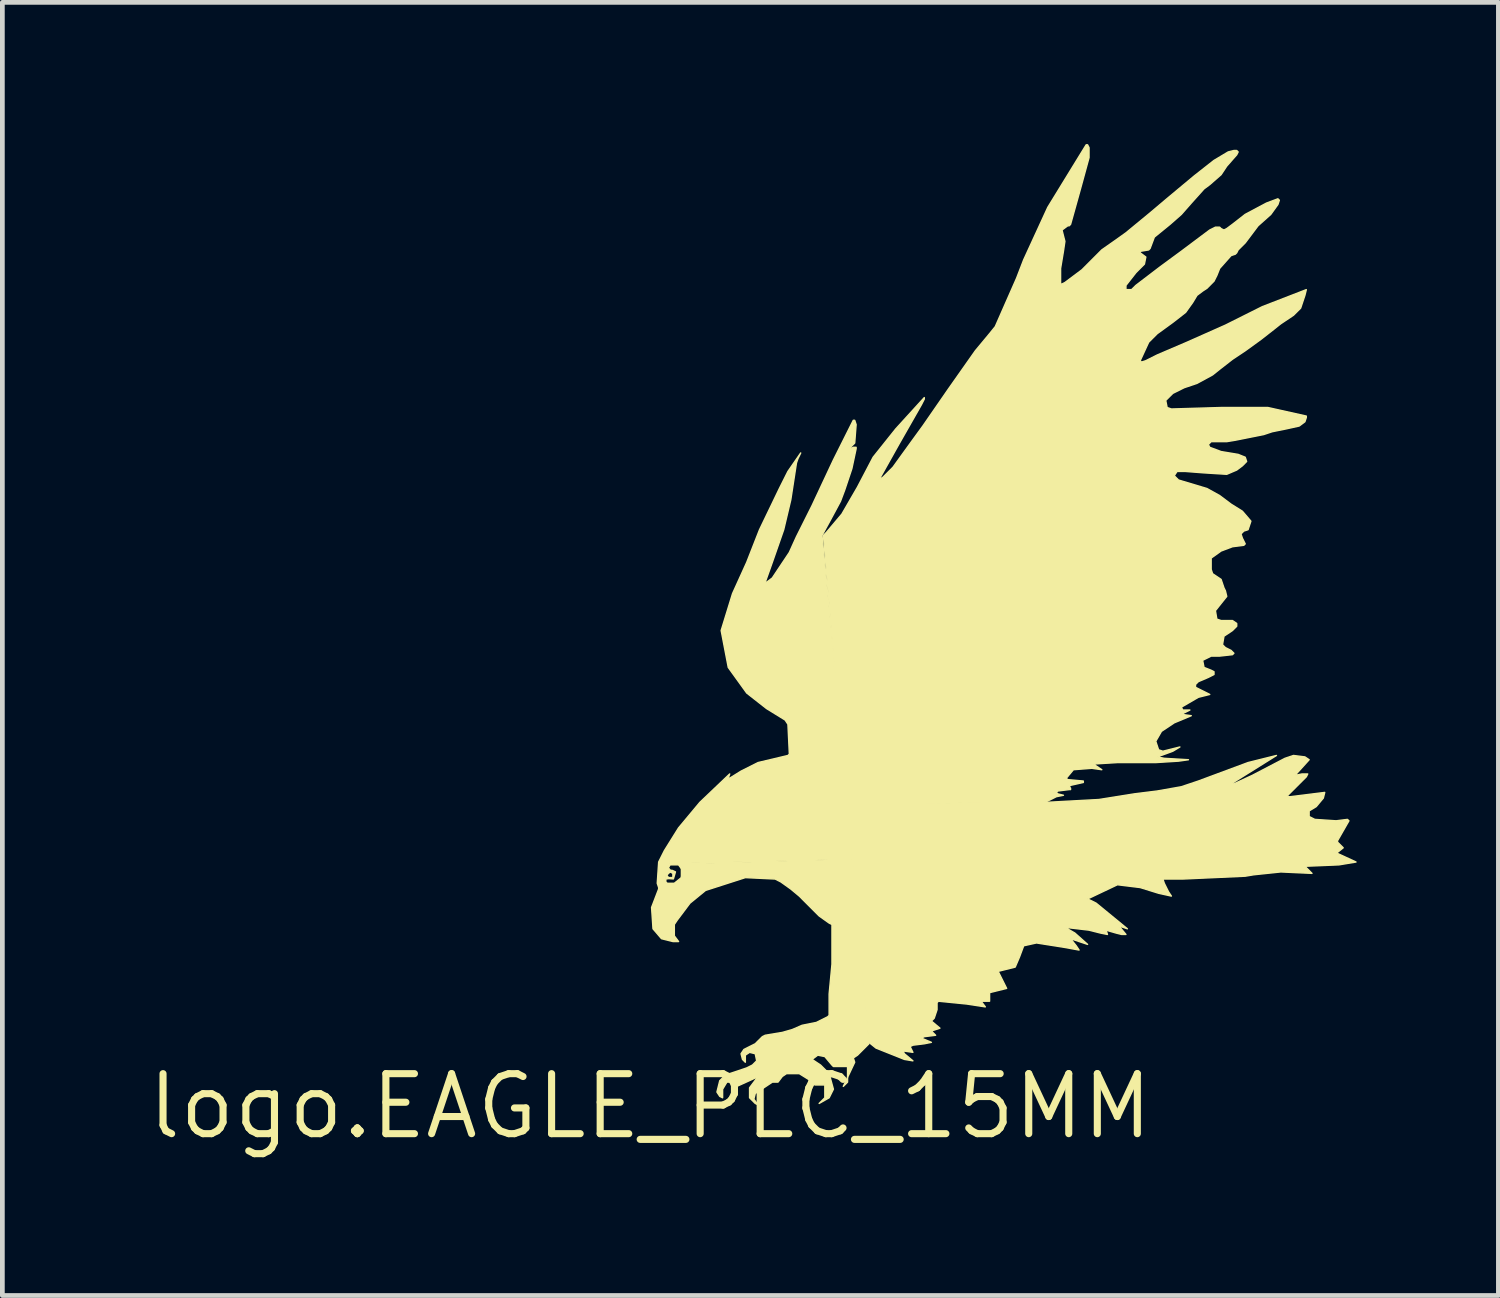
<source format=kicad_pcb>
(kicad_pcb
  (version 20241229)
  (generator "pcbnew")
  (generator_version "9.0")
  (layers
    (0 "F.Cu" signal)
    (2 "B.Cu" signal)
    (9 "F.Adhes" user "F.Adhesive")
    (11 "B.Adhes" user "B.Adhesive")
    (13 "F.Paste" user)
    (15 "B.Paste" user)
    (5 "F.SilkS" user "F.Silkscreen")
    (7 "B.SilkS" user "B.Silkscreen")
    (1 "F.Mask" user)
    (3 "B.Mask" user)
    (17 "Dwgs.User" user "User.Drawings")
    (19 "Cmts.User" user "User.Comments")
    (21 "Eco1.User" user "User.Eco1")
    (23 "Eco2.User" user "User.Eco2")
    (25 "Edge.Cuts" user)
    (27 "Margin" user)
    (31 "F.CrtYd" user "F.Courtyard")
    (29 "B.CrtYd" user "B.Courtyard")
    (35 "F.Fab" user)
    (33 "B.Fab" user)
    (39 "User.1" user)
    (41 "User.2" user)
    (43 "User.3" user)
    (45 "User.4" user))
  (footprint "logo.EAGLE_PLC_15MM"
    (layer "F.Cu")
    (at 10.712 20.366)
    (property "Reference" "logo.EAGLE_PLC_15MM" (at 0 0 0) (layer "F.SilkS") (effects (font (size 1.27 1.27) (thickness 0.15))))
    (fp_poly (pts (xy 0.301 -4.96) (xy 0.331 -5.02) (xy 0.391 -5.11) (xy 0.541 -5.17) (xy 0.691 -5.08) (xy 0.722 -4.84) (xy 0.571 -4.689) (xy 0.331 -4.689) (xy 0.271 -4.749) (xy 0.271 -4.9) (xy 0.331 -4.9) (xy 0.331 -4.84) (xy 0.331 -4.749) (xy 0.361 -4.72) (xy 0.511 -4.72) (xy 0.661 -4.84) (xy 0.691 -4.99) (xy 0.601 -5.11) (xy 0.421 -5.11) (xy 0.385 -5.047) (xy 0.428 -4.995) (xy 0.469 -4.992) (xy 0.535 -4.961) (xy 0.491 -4.812) (xy 0.392 -4.819) (xy 0.331 -4.81) (xy 0.363 -4.873) (xy 0.391 -4.84) (xy 0.481 -4.84) (xy 0.481 -4.93) (xy 0.421 -4.96) (xy 0.358 -4.9) (xy 0.361 -4.87)) (stroke (width 0.03) (type default)) (fill yes) (layer "F.SilkS"))
    (fp_poly (pts (xy 4.178 -6.403) (xy 8.387 -6.433) (xy 9.499 -6.493) (xy 10.25 -6.613) (xy 10.732 -6.673) (xy 11.242 -6.763) (xy 11.603 -6.884) (xy 12.655 -7.275) (xy 13.256 -7.425) (xy 12.295 -6.824) (xy 12.355 -6.824) (xy 12.745 -7.004) (xy 13.437 -7.365) (xy 13.617 -7.425) (xy 13.858 -7.395) (xy 13.948 -7.335) (xy 13.648 -7.004) (xy 13.798 -7.034) (xy 13.918 -7.034) (xy 13.888 -6.974) (xy 13.497 -6.583) (xy 13.497 -6.553) (xy 13.557 -6.553) (xy 14.278 -6.643) (xy 14.248 -6.523) (xy 14.098 -6.343) (xy 13.948 -6.252) (xy 13.948 -6.133) (xy 14.068 -6.072) (xy 14.519 -6.042) (xy 14.759 -6.072) (xy 14.79 -6.042) (xy 14.549 -5.621) (xy 14.549 -5.591) (xy 14.669 -5.471) (xy 14.519 -5.351) (xy 14.549 -5.351) (xy 14.94 -5.17) (xy 14.579 -5.11) (xy 13.858 -5.08) (xy 14.008 -4.93) (xy 13.347 -4.96) (xy 12.775 -4.9) (xy 12.595 -4.87) (xy 11.273 -4.81) (xy 10.852 -4.81) (xy 10.882 -4.72) (xy 10.972 -4.539) (xy 11.032 -4.449) (xy 10.761 -4.509) (xy 10.371 -4.63) (xy 9.89 -4.689) (xy 9.258 -4.389) (xy 9.439 -4.299) (xy 10.1 -3.757) (xy 9.92 -3.818) (xy 10.07 -3.637) (xy 9.98 -3.637) (xy 9.86 -3.667) (xy 9.649 -3.728) (xy 9.679 -3.637) (xy 9.529 -3.667) (xy 9.289 -3.728) (xy 8.778 -3.788) (xy 8.988 -3.667) (xy 9.258 -3.427) (xy 8.898 -3.547) (xy 9.018 -3.397) (xy 9.078 -3.307) (xy 8.747 -3.367) (xy 8.176 -3.457) (xy 7.906 -3.397) (xy 7.816 -3.156) (xy 7.726 -2.946) (xy 7.365 -2.856) (xy 7.545 -2.495) (xy 7.184 -2.405) (xy 7.184 -2.224) (xy 7.004 -2.224) (xy 7.094 -2.104) (xy 6.703 -2.164) (xy 6.102 -2.224) (xy 6.072 -2.194) (xy 6.072 -2.104) (xy 6.072 -2.044) (xy 6.012 -1.864) (xy 5.952 -1.804) (xy 6.133 -1.653) (xy 5.952 -1.593) (xy 6.042 -1.503) (xy 5.802 -1.473) (xy 5.741 -1.443) (xy 5.952 -1.353) (xy 5.802 -1.323) (xy 5.561 -1.293) (xy 5.501 -1.263) (xy 5.561 -1.142) (xy 5.351 -1.172) (xy 5.381 -1.112) (xy 5.561 -0.962) (xy 5.381 -0.992) (xy 4.78 -1.232) (xy 4.63 -1.353)) (stroke (width 0.03) (type default)) (fill yes) (layer "F.SilkS"))
    (fp_poly (pts (xy 1.533 -0.18) (xy 1.473 -0.21) (xy 1.413 -0.301) (xy 1.473 -0.541) (xy 1.593 -0.661) (xy 1.864 -0.751) (xy 2.044 -0.812) (xy 2.164 -0.872) (xy 2.255 -0.962) (xy 2.224 -1.112) (xy 2.104 -1.142) (xy 2.014 -1.082) (xy 2.014 -0.932) (xy 1.954 -0.992) (xy 1.924 -1.112) (xy 1.984 -1.202) (xy 2.104 -1.263) (xy 2.224 -1.323) (xy 2.284 -1.383) (xy 2.375 -1.473) (xy 2.435 -1.503) (xy 2.796 -1.563) (xy 3.006 -1.623) (xy 3.216 -1.714) (xy 3.367 -1.744) (xy 3.517 -1.774) (xy 3.757 -1.894) (xy 3.788 -1.924) (xy 3.788 -2.375) (xy 3.848 -3.006) (xy 3.848 -3.848) (xy 3.788 -3.878) (xy 3.577 -4.028) (xy 3.367 -4.238) (xy 3.156 -4.449) (xy 2.976 -4.599) (xy 2.766 -4.749) (xy 2.645 -4.81) (xy 2.014 -4.84) (xy 1.172 -4.569) (xy 0.842 -4.299) (xy 0.571 -3.938) (xy 0.511 -3.848) (xy 0.511 -3.607) (xy 0.601 -3.487) (xy 0.481 -3.487) (xy 0.24 -3.547) (xy 0.06 -3.757) (xy 0.03 -4.208) (xy 0.18 -4.599) (xy 0.18 -4.63) (xy 0.15 -4.72) (xy 0.18 -5.17) (xy 0.301 -5.411) (xy 0.601 -5.892) (xy 1.052 -6.433) (xy 1.683 -7.034) (xy 1.653 -6.944) (xy 1.683 -6.944) (xy 1.924 -7.094) (xy 2.284 -7.275) (xy 2.916 -7.425) (xy 2.946 -7.455) (xy 2.916 -8.086) (xy 2.856 -8.176) (xy 2.465 -8.417) (xy 2.044 -8.747) (xy 1.653 -9.289) (xy 1.503 -10.07) (xy 1.744 -10.852) (xy 2.044 -11.513) (xy 2.315 -12.204) (xy 2.735 -13.076) (xy 2.916 -13.437) (xy 3.186 -13.828) (xy 3.127 -13.707) (xy 3.096 -13.617) (xy 2.976 -12.836) (xy 2.826 -12.204) (xy 2.585 -11.513) (xy 2.435 -11.092) (xy 2.465 -11.092) (xy 2.585 -11.182) (xy 2.946 -11.723) (xy 3.096 -12.054) (xy 3.427 -12.715) (xy 3.878 -13.678) (xy 4.299 -14.519) (xy 4.329 -14.519) (xy 4.359 -14.429) (xy 4.329 -14.038) (xy 4.238 -13.948) (xy 4.238 -13.918) (xy 4.299 -13.948) (xy 4.359 -13.948) (xy 4.359 -13.918) (xy 4.269 -13.497) (xy 4.118 -13.046) (xy 4.028 -12.806) (xy 3.818 -12.415) (xy 3.637 -12.084) (xy 4.299 -5.231) (xy 0.421 -5.14) (xy 0.301 -4.96) (xy 0.301 -4.81) (xy 0.331 -4.72) (xy 0.391 -4.689) (xy 0.511 -4.689) (xy 0.661 -4.81) (xy 0.661 -5.08) (xy 0.601 -5.14) (xy 1.052 -5.14) (xy 4.299 -5.23) (xy 4.63 -1.323) (xy 4.389 -1.082) (xy 4.299 -1.022) (xy 4.329 -0.932) (xy 4.088 -0.421) (xy 4.178 -0.511) (xy 4.178 -0.842) (xy 3.878 -0.842) (xy 3.848 -0.872) (xy 3.697 -1.052) (xy 3.547 -1.082) (xy 3.427 -0.992) (xy 3.607 -0.872) (xy 3.788 -0.691) (xy 3.878 -0.361) (xy 3.788 -0.18) (xy 3.577 -0.06) (xy 3.697 -0.18) (xy 3.697 -0.451) (xy 3.487 -0.451) (xy 3.397 -0.541) (xy 3.156 -0.691) (xy 2.886 -0.691) (xy 2.796 -0.631) (xy 2.705 -0.511) (xy 2.585 -0.511) (xy 2.315 -0.331) (xy 2.224 -0.271) (xy 2.194 -0.15) (xy 2.284 -0.03) (xy 2.224 -0.06) (xy 2.104 -0.18) (xy 2.104 -0.391) (xy 2.284 -0.631) (xy 2.164 -0.571) (xy 1.834 -0.421) (xy 1.804 -0.421) (xy 1.714 -0.511) (xy 1.623 -0.511) (xy 1.533 -0.361)) (stroke (width 0.03) (type default)) (fill yes) (layer "F.SilkS"))
    (fp_poly (pts (xy 3.667 -12.084) (xy 3.728 -12.145) (xy 4.058 -12.535) (xy 4.389 -13.106) (xy 4.72 -13.738) (xy 5.2 -14.339) (xy 5.802 -15) (xy 5.802 -14.97) (xy 5.741 -14.85) (xy 5.261 -14.008) (xy 4.84 -13.256) (xy 4.93 -13.317) (xy 5.14 -13.527) (xy 5.531 -14.068) (xy 5.772 -14.399) (xy 6.313 -15.181) (xy 6.884 -15.992) (xy 7.184 -16.353) (xy 7.305 -16.503) (xy 7.755 -17.525) (xy 7.906 -17.916) (xy 8.417 -19.028) (xy 9.229 -20.351) (xy 9.258 -20.351) (xy 9.289 -20.291) (xy 9.289 -20.08) (xy 9.108 -19.419) (xy 8.898 -18.667) (xy 8.868 -18.637) (xy 8.838 -18.637) (xy 8.717 -18.547) (xy 8.747 -18.427) (xy 8.778 -18.307) (xy 8.747 -18.096) (xy 8.687 -17.735) (xy 8.687 -17.405) (xy 8.717 -17.405) (xy 8.778 -17.435) (xy 9.139 -17.705) (xy 9.559 -18.126) (xy 9.86 -18.337) (xy 10.07 -18.487) (xy 10.581 -18.908) (xy 10.972 -19.238) (xy 11.513 -19.689) (xy 11.934 -20.02) (xy 12.235 -20.2) (xy 12.355 -20.23) (xy 12.415 -20.23) (xy 12.445 -20.2) (xy 12.415 -20.14) (xy 12.204 -19.9) (xy 12.084 -19.719) (xy 11.844 -19.509) (xy 11.723 -19.419) (xy 11.453 -19.118) (xy 11.242 -18.878) (xy 11.002 -18.667) (xy 10.671 -18.397) (xy 10.581 -18.157) (xy 10.551 -18.126) (xy 10.371 -18.096) (xy 10.371 -18.066) (xy 10.491 -17.976) (xy 10.461 -17.826) (xy 10.281 -17.645) (xy 10.07 -17.375) (xy 10.07 -17.285) (xy 10.19 -17.285) (xy 10.281 -17.375) (xy 10.792 -17.765) (xy 11.242 -18.096) (xy 11.844 -18.547) (xy 11.964 -18.607) (xy 12.054 -18.607) (xy 12.084 -18.577) (xy 12.145 -18.547) (xy 12.204 -18.577) (xy 12.325 -18.667) (xy 12.595 -18.878) (xy 13.046 -19.118) (xy 13.287 -19.208) (xy 13.317 -19.178) (xy 13.287 -19.088) (xy 13.136 -18.878) (xy 12.866 -18.637) (xy 12.595 -18.276) (xy 12.445 -18.126) (xy 12.415 -18.066) (xy 12.385 -18.036) (xy 12.295 -18.006) (xy 12.054 -17.735) (xy 11.994 -17.585) (xy 11.934 -17.465) (xy 11.784 -17.314) (xy 11.693 -17.255) (xy 11.573 -17.164) (xy 11.483 -17.014) (xy 11.333 -16.804) (xy 11.062 -16.593) (xy 10.732 -16.353) (xy 10.551 -16.172) (xy 10.371 -15.781) (xy 10.401 -15.752) (xy 10.491 -15.781) (xy 10.732 -15.902) (xy 11.363 -16.172) (xy 12.175 -16.533) (xy 12.956 -16.924) (xy 13.888 -17.285) (xy 13.858 -17.164) (xy 13.768 -16.894) (xy 13.617 -16.744) (xy 13.347 -16.563) (xy 13.196 -16.443) (xy 12.926 -16.232) (xy 12.595 -15.992) (xy 12.325 -15.812) (xy 12.054 -15.601) (xy 11.904 -15.481) (xy 11.573 -15.301) (xy 11.303 -15.21) (xy 11.062 -15.09) (xy 10.912 -14.94) (xy 10.942 -14.79) (xy 11.032 -14.759) (xy 12.084 -14.79) (xy 13.076 -14.79) (xy 13.888 -14.609) (xy 13.888 -14.579) (xy 13.858 -14.489) (xy 13.738 -14.399) (xy 13.467 -14.339) (xy 13.166 -14.278) (xy 12.986 -14.218) (xy 12.685 -14.158) (xy 12.385 -14.098) (xy 12.204 -14.068) (xy 11.874 -14.068) (xy 11.814 -14.008) (xy 11.844 -13.948) (xy 12.084 -13.858) (xy 12.445 -13.798) (xy 12.595 -13.738) (xy 12.625 -13.648) (xy 12.535 -13.557) (xy 12.415 -13.467) (xy 12.204 -13.377) (xy 11.723 -13.407) (xy 11.333 -13.437) (xy 11.152 -13.437) (xy 11.092 -13.347) (xy 11.182 -13.256) (xy 11.784 -13.076) (xy 12.054 -12.926) (xy 12.295 -12.745) (xy 12.535 -12.595) (xy 12.715 -12.385) (xy 12.655 -12.204) (xy 12.565 -12.175) (xy 12.505 -12.114) (xy 12.535 -12.024) (xy 12.595 -11.904) (xy 12.565 -11.874) (xy 12.325 -11.844) (xy 12.084 -11.753) (xy 11.874 -11.603) (xy 11.874 -11.543) (xy 11.874 -11.363) (xy 11.904 -11.273) (xy 12.084 -11.152) (xy 12.145 -10.972) (xy 12.175 -10.912) (xy 12.204 -10.792) (xy 12.084 -10.642) (xy 11.964 -10.491) (xy 11.994 -10.311) (xy 12.084 -10.281) (xy 12.325 -10.281) (xy 12.415 -10.22) (xy 12.415 -10.16) (xy 12.325 -10.07) (xy 12.145 -9.95) (xy 12.114 -9.77) (xy 12.175 -9.709) (xy 12.295 -9.649) (xy 12.355 -9.589) (xy 12.325 -9.559) (xy 12.054 -9.529) (xy 11.874 -9.529) (xy 11.693 -9.439) (xy 11.723 -9.289) (xy 11.874 -9.229) (xy 11.934 -9.198) (xy 11.934 -9.139) (xy 11.814 -9.078) (xy 11.603 -8.988) (xy 11.543 -8.928) (xy 11.543 -8.868) (xy 11.603 -8.838) (xy 11.844 -8.717) (xy 11.603 -8.657) (xy 11.242 -8.447) (xy 11.273 -8.387) (xy 11.423 -8.387) (xy 11.242 -8.296) (xy 11.453 -8.267) (xy 11.092 -8.116) (xy 10.822 -7.936) (xy 10.701 -7.726) (xy 10.761 -7.545) (xy 10.852 -7.515) (xy 11.212 -7.605) (xy 11.062 -7.515) (xy 10.732 -7.395) (xy 10.882 -7.365) (xy 11.393 -7.335) (xy 11.182 -7.305) (xy 10.701 -7.275) (xy 9.89 -7.275) (xy 9.379 -7.244) (xy 9.559 -7.124) (xy 9.349 -7.154) (xy 8.958 -7.124) (xy 8.808 -6.944) (xy 8.838 -6.914) (xy 9.168 -6.884) (xy 9.168 -6.854) (xy 8.898 -6.793) (xy 8.868 -6.763) (xy 8.898 -6.734) (xy 8.898 -6.703) (xy 8.868 -6.703) (xy 8.627 -6.673) (xy 8.597 -6.643) (xy 8.627 -6.613) (xy 8.747 -6.583) (xy 8.597 -6.553) (xy 8.357 -6.433) (xy 4.148 -6.403)) (stroke (width 0.03) (type default)) (fill yes) (layer "F.SilkS")))
  (gr_rect
    (start -3 -3)
    (end 28.666 24.372)
    (stroke (width 0.1) (type default))
    (fill no)
    (layer "Edge.Cuts")))
</source>
